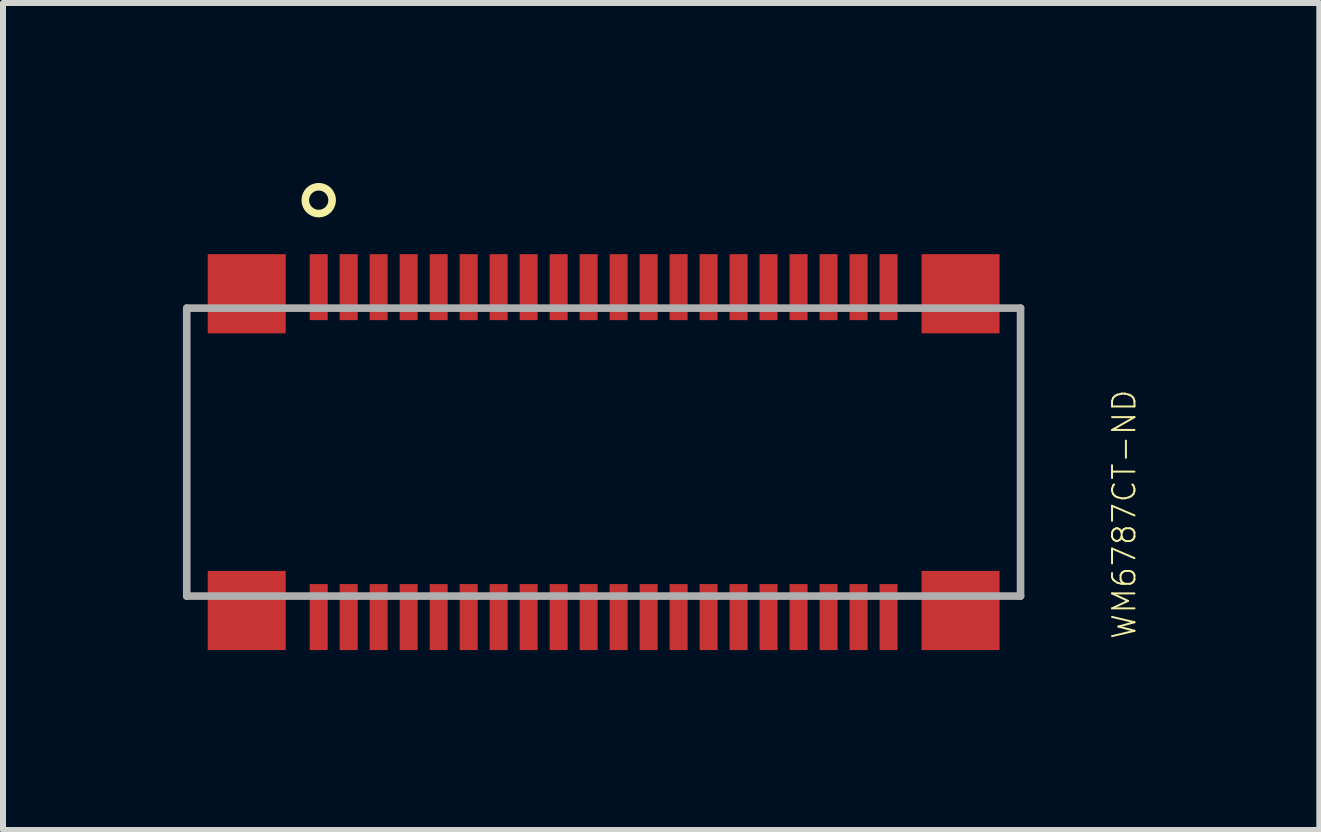
<source format=kicad_pcb>
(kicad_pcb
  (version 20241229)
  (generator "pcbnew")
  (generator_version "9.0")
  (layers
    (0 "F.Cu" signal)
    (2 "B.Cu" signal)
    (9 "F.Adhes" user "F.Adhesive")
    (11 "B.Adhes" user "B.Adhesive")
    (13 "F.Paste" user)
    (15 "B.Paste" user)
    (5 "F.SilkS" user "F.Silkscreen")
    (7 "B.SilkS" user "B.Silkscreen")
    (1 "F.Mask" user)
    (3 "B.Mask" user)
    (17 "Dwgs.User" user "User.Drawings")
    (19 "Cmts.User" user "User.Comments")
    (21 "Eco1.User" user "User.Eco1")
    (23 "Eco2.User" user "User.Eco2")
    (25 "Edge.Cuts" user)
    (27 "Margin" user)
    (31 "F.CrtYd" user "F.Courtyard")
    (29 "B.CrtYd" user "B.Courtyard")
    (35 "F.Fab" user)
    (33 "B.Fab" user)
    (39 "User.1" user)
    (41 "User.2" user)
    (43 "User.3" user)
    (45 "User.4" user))
  (footprint "WM6787CT-ND"
    (layer "F.Cu")
    (at 6.963 4.587)
    (property "Reference" "WM6787CT-ND" (at 8.509 -1.168 90) (layer "F.SilkS") (effects (font (size 0.374 0.374) (thickness 0.033)) (justify right top)))
    (fp_circle (center -4.7 -4.3) (end -4.476 -4.3) (stroke (width 0.127) (type solid)) (fill no) (layer "F.SilkS"))
    (fp_line (start -6.9 -2.5) (end -6.9 2.3) (stroke (width 0.127) (type solid)) (layer "F.Fab"))
    (fp_line (start -6.9 2.3) (end 7 2.3) (stroke (width 0.127) (type solid)) (layer "F.Fab"))
    (fp_line (start 7 -2.5) (end -6.9 -2.5) (stroke (width 0.127) (type solid)) (layer "F.Fab"))
    (fp_line (start 7 2.3) (end 7 -2.5) (stroke (width 0.127) (type solid)) (layer "F.Fab"))
    (pad "P$1" smd rect (at -4.7 -2.85 90) (size 1.1 0.3) (layers "F.Cu" "F.Mask" "F.Paste"))
    (pad "P$2" smd rect (at -4.7 2.65 90) (size 1.1 0.3) (layers "F.Cu" "F.Mask" "F.Paste"))
    (pad "P$3" smd rect (at -4.2 -2.85 90) (size 1.1 0.3) (layers "F.Cu" "F.Mask" "F.Paste"))
    (pad "P$4" smd rect (at -4.2 2.65 90) (size 1.1 0.3) (layers "F.Cu" "F.Mask" "F.Paste"))
    (pad "P$5" smd rect (at -3.7 -2.85 90) (size 1.1 0.3) (layers "F.Cu" "F.Mask" "F.Paste"))
    (pad "P$6" smd rect (at -3.7 2.65 90) (size 1.1 0.3) (layers "F.Cu" "F.Mask" "F.Paste"))
    (pad "P$7" smd rect (at -3.2 -2.85 90) (size 1.1 0.3) (layers "F.Cu" "F.Mask" "F.Paste"))
    (pad "P$8" smd rect (at -3.2 2.65 90) (size 1.1 0.3) (layers "F.Cu" "F.Mask" "F.Paste"))
    (pad "P$9" smd rect (at -2.7 -2.85 90) (size 1.1 0.3) (layers "F.Cu" "F.Mask" "F.Paste"))
    (pad "P$10" smd rect (at -2.7 2.65 90) (size 1.1 0.3) (layers "F.Cu" "F.Mask" "F.Paste"))
    (pad "P$11" smd rect (at -2.2 -2.85 90) (size 1.1 0.3) (layers "F.Cu" "F.Mask" "F.Paste"))
    (pad "P$12" smd rect (at -2.2 2.65 90) (size 1.1 0.3) (layers "F.Cu" "F.Mask" "F.Paste"))
    (pad "P$13" smd rect (at -1.7 -2.85 90) (size 1.1 0.3) (layers "F.Cu" "F.Mask" "F.Paste"))
    (pad "P$14" smd rect (at -1.7 2.65 90) (size 1.1 0.3) (layers "F.Cu" "F.Mask" "F.Paste"))
    (pad "P$15" smd rect (at -1.2 -2.85 90) (size 1.1 0.3) (layers "F.Cu" "F.Mask" "F.Paste"))
    (pad "P$16" smd rect (at -1.2 2.65 90) (size 1.1 0.3) (layers "F.Cu" "F.Mask" "F.Paste"))
    (pad "P$17" smd rect (at -0.7 -2.85 90) (size 1.1 0.3) (layers "F.Cu" "F.Mask" "F.Paste"))
    (pad "P$18" smd rect (at -0.7 2.65 90) (size 1.1 0.3) (layers "F.Cu" "F.Mask" "F.Paste"))
    (pad "P$19" smd rect (at -0.2 -2.85 90) (size 1.1 0.3) (layers "F.Cu" "F.Mask" "F.Paste"))
    (pad "P$20" smd rect (at -0.2 2.65 90) (size 1.1 0.3) (layers "F.Cu" "F.Mask" "F.Paste"))
    (pad "P$21" smd rect (at 0.3 -2.85 90) (size 1.1 0.3) (layers "F.Cu" "F.Mask" "F.Paste"))
    (pad "P$22" smd rect (at 0.3 2.65 90) (size 1.1 0.3) (layers "F.Cu" "F.Mask" "F.Paste"))
    (pad "P$23" smd rect (at 0.8 -2.85 90) (size 1.1 0.3) (layers "F.Cu" "F.Mask" "F.Paste"))
    (pad "P$24" smd rect (at 0.8 2.65 90) (size 1.1 0.3) (layers "F.Cu" "F.Mask" "F.Paste"))
    (pad "P$25" smd rect (at 1.3 -2.85 90) (size 1.1 0.3) (layers "F.Cu" "F.Mask" "F.Paste"))
    (pad "P$26" smd rect (at 1.3 2.65 90) (size 1.1 0.3) (layers "F.Cu" "F.Mask" "F.Paste"))
    (pad "P$27" smd rect (at 1.8 -2.85 90) (size 1.1 0.3) (layers "F.Cu" "F.Mask" "F.Paste"))
    (pad "P$28" smd rect (at 1.8 2.65 90) (size 1.1 0.3) (layers "F.Cu" "F.Mask" "F.Paste"))
    (pad "P$29" smd rect (at 2.3 -2.85 90) (size 1.1 0.3) (layers "F.Cu" "F.Mask" "F.Paste"))
    (pad "P$30" smd rect (at 2.3 2.65 90) (size 1.1 0.3) (layers "F.Cu" "F.Mask" "F.Paste"))
    (pad "P$31" smd rect (at 2.8 -2.85 90) (size 1.1 0.3) (layers "F.Cu" "F.Mask" "F.Paste"))
    (pad "P$32" smd rect (at 2.8 2.65 90) (size 1.1 0.3) (layers "F.Cu" "F.Mask" "F.Paste"))
    (pad "P$33" smd rect (at 3.3 -2.85 90) (size 1.1 0.3) (layers "F.Cu" "F.Mask" "F.Paste"))
    (pad "P$34" smd rect (at 3.3 2.65 90) (size 1.1 0.3) (layers "F.Cu" "F.Mask" "F.Paste"))
    (pad "P$35" smd rect (at 3.8 -2.85 90) (size 1.1 0.3) (layers "F.Cu" "F.Mask" "F.Paste"))
    (pad "P$36" smd rect (at 3.8 2.65 90) (size 1.1 0.3) (layers "F.Cu" "F.Mask" "F.Paste"))
    (pad "P$37" smd rect (at 4.3 -2.85 90) (size 1.1 0.3) (layers "F.Cu" "F.Mask" "F.Paste"))
    (pad "P$38" smd rect (at 4.3 2.65 90) (size 1.1 0.3) (layers "F.Cu" "F.Mask" "F.Paste"))
    (pad "P$39" smd rect (at 4.8 -2.85 90) (size 1.1 0.3) (layers "F.Cu" "F.Mask" "F.Paste"))
    (pad "P$40" smd rect (at 4.8 2.65 90) (size 1.1 0.3) (layers "F.Cu" "F.Mask" "F.Paste"))
    (pad "P$41" smd rect (at -5.9 -2.74 90) (size 1.32 1.3) (layers "F.Cu" "F.Mask" "F.Paste"))
    (pad "P$42" smd rect (at -5.9 2.54 90) (size 1.32 1.3) (layers "F.Cu" "F.Mask" "F.Paste"))
    (pad "P$43" smd rect (at 6 -2.74 270) (size 1.32 1.3) (layers "F.Cu" "F.Mask" "F.Paste"))
    (pad "P$44" smd rect (at 6 2.54 90) (size 1.32 1.3) (layers "F.Cu" "F.Mask" "F.Paste")))
  (gr_rect
    (start -3 -3)
    (end 18.944 10.787)
    (stroke (width 0.1) (type default))
    (fill no)
    (layer "Edge.Cuts")))
</source>
